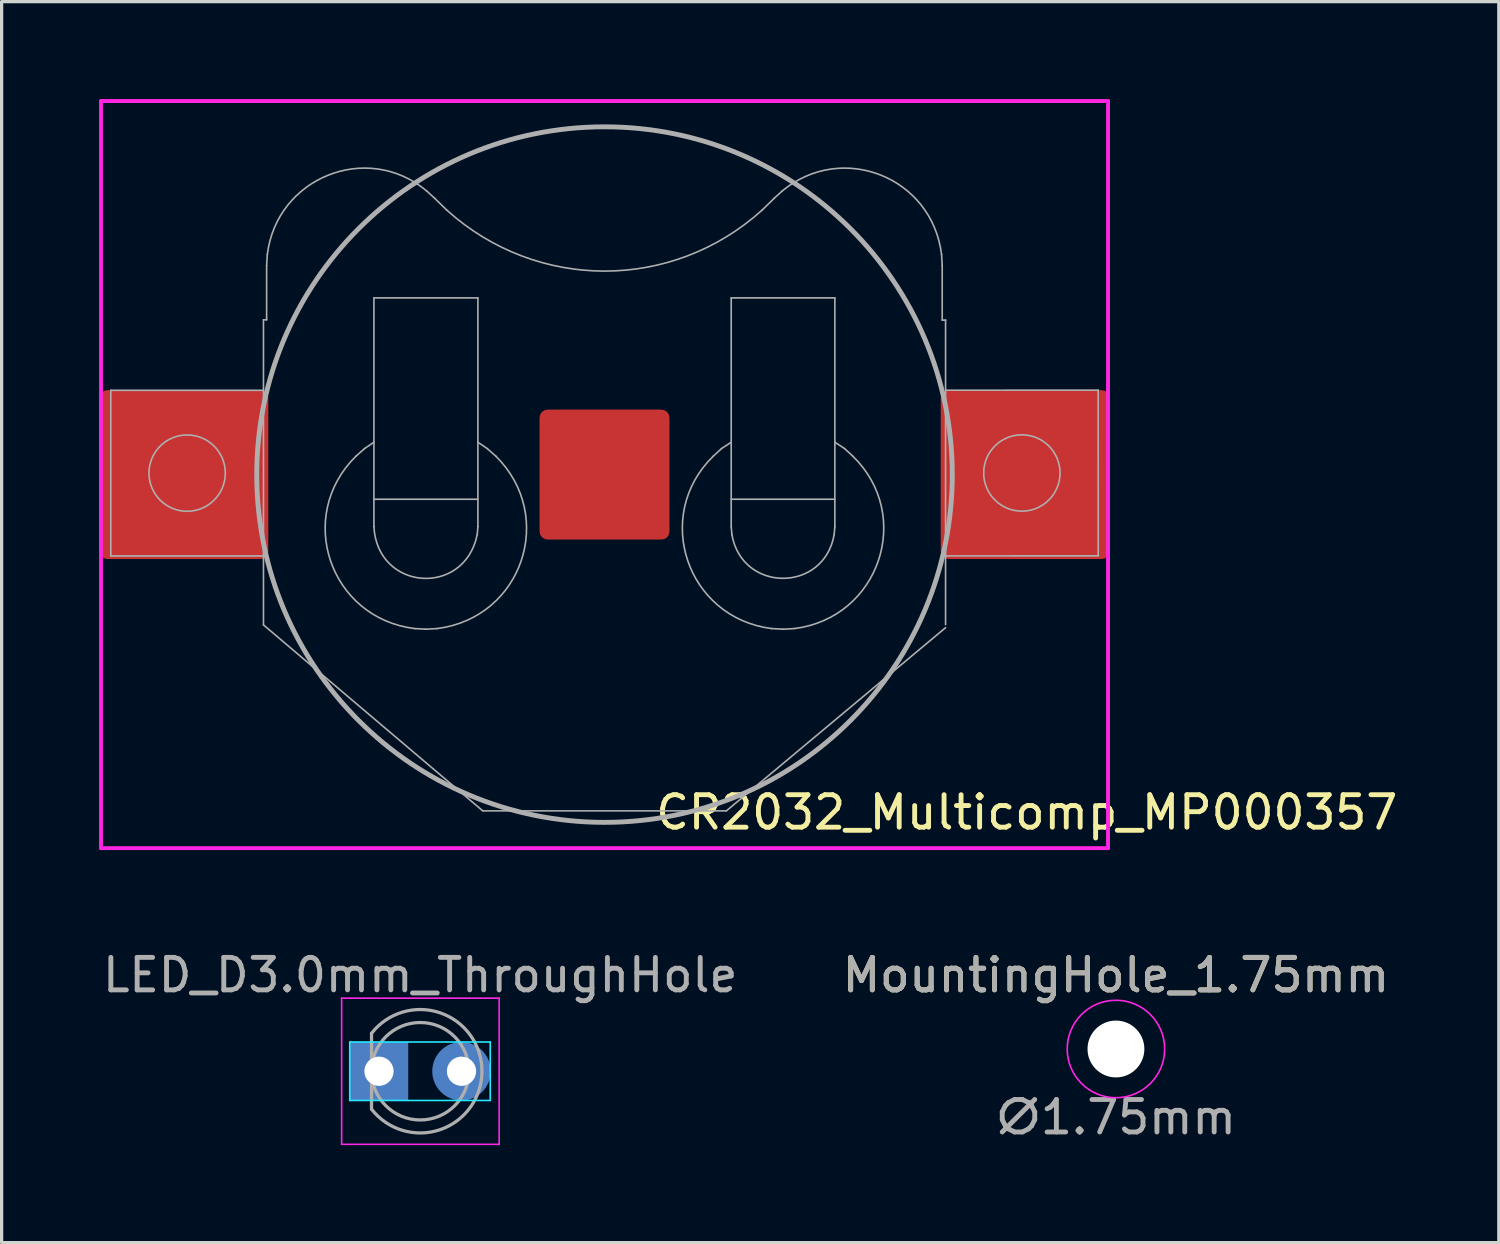
<source format=kicad_pcb>
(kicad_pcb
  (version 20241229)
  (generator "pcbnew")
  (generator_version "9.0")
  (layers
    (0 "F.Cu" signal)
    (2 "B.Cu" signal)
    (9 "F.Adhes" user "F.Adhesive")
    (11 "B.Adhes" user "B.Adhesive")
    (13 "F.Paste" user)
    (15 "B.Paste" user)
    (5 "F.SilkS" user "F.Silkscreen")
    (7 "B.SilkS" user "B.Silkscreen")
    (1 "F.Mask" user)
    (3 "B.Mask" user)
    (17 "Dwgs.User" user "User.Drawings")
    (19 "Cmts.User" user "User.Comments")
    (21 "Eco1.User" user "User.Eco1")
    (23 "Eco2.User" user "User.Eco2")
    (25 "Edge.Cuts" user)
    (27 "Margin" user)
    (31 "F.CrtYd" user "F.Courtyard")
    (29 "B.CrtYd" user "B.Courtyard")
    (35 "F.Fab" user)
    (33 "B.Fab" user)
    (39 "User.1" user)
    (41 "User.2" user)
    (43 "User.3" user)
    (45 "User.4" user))
  (footprint "MountingHole_1.75mm"
    (layer "F.Cu")
    (at 31.304 29.243)
    (property "Reference" "MountingHole_1.75mm" (at 0 -2.275 0) (layer "F.SilkS") (effects (font (size 1 1) (thickness 0.15))))
    (attr exclude_from_pos_files exclude_from_bom)
    (fp_circle (center 0 0) (end 1.5 0) (stroke (width 0.05) (type solid)) (fill no) (layer "F.CrtYd"))
    (fp_text user "${REFERENCE}" (at 0 -2.275 0) (layer "F.Fab") (effects (font (size 1 1) (thickness 0.15))))
    (fp_text user "∅1.75mm" (at 0 2.1 0) (unlocked yes) (layer "F.Fab") (effects (font (size 1 1) (thickness 0.15))))
    (pad "" np_thru_hole circle (at 0 0) (size 1.75 1.75) (drill 1.75) (layers "*.Cu" "*.Mask")))
  (footprint "CR2032_Multicomp_MP000357"
    (layer "F.Cu")
    (at 15.56 11.56)
    (property "Reference" "CR2032_Multicomp_MP000357" (at 13 10.4 0) (layer "F.SilkS") (effects (font (size 1 1) (thickness 0.15))))
    (attr smd)
    (fp_line (start -15.5 -11.5) (end 15.5 -11.5) (stroke (width 0.12) (type solid)) (layer "F.CrtYd"))
    (fp_line (start -15.5 11.5) (end -15.5 -11.5) (stroke (width 0.12) (type solid)) (layer "F.CrtYd"))
    (fp_line (start 15.5 -11.5) (end 15.5 11.5) (stroke (width 0.12) (type solid)) (layer "F.CrtYd"))
    (fp_line (start 15.5 11.5) (end -15.5 11.5) (stroke (width 0.12) (type solid)) (layer "F.CrtYd"))
    (fp_line (start -15.199 -2.595) (end -15.199 2.505) (stroke (width 0.05) (type solid)) (layer "F.Fab"))
    (fp_line (start -15.199 -2.595) (end -10.499 -2.595) (stroke (width 0.05) (type solid)) (layer "F.Fab"))
    (fp_line (start -15.199 2.505) (end -10.499 2.505) (stroke (width 0.05) (type solid)) (layer "F.Fab"))
    (fp_line (start -10.499 -4.765) (end -10.402 -4.765) (stroke (width 0.05) (type solid)) (layer "F.Fab"))
    (fp_line (start -10.499 4.628) (end -10.499 -4.765) (stroke (width 0.05) (type solid)) (layer "F.Fab"))
    (fp_line (start -10.402 -6.434) (end -10.381 -6.773) (stroke (width 0.05) (type solid)) (layer "F.Fab"))
    (fp_line (start -10.402 -4.765) (end -10.402 -6.434) (stroke (width 0.05) (type solid)) (layer "F.Fab"))
    (fp_line (start -7.387 -0.801) (end -7.653 -0.565) (stroke (width 0.05) (type solid)) (layer "F.Fab"))
    (fp_line (start -7.099 -5.439) (end -7.099 1.6) (stroke (width 0.05) (type solid)) (layer "F.Fab"))
    (fp_line (start -7.099 -5.439) (end -3.898 -5.439) (stroke (width 0.05) (type solid)) (layer "F.Fab"))
    (fp_line (start -7.099 0.759) (end -3.898 0.759) (stroke (width 0.05) (type solid)) (layer "F.Fab"))
    (fp_line (start -7.099 -0.996) (end -7.387 -0.801) (stroke (width 0.05) (type solid)) (layer "F.Fab"))
    (fp_line (start -5.847 4.74) (end -5.499 4.76) (stroke (width 0.05) (type solid)) (layer "F.Fab"))
    (fp_line (start -5.499 4.76) (end -5.15 4.74) (stroke (width 0.05) (type solid)) (layer "F.Fab"))
    (fp_line (start -5.476 -8.732) (end -5.23 -8.507) (stroke (width 0.05) (type solid)) (layer "F.Fab"))
    (fp_line (start -5.23 -8.507) (end -4.851 -8.137) (stroke (width 0.05) (type solid)) (layer "F.Fab"))
    (fp_line (start -3.918 1.846) (end -3.898 1.6) (stroke (width 0.05) (type solid)) (layer "F.Fab"))
    (fp_line (start -3.898 1.6) (end -3.898 -5.439) (stroke (width 0.05) (type solid)) (layer "F.Fab"))
    (fp_line (start -3.749 10.352) (end -10.499 4.628) (stroke (width 0.05) (type solid)) (layer "F.Fab"))
    (fp_line (start -3.611 -0.801) (end -3.898 -0.996) (stroke (width 0.05) (type solid)) (layer "F.Fab"))
    (fp_line (start -3.344 -0.565) (end -3.611 -0.801) (stroke (width 0.05) (type solid)) (layer "F.Fab"))
    (fp_line (start 3.602 -0.801) (end 3.346 -0.565) (stroke (width 0.05) (type solid)) (layer "F.Fab"))
    (fp_line (start 3.751 10.352) (end -3.749 10.352) (stroke (width 0.05) (type solid)) (layer "F.Fab"))
    (fp_line (start 3.751 10.352) (end 10.499 4.713) (stroke (width 0.05) (type solid)) (layer "F.Fab"))
    (fp_line (start 3.9 -5.439) (end 7.091 -5.439) (stroke (width 0.05) (type solid)) (layer "F.Fab"))
    (fp_line (start 3.9 1.6) (end 3.9 -5.439) (stroke (width 0.05) (type solid)) (layer "F.Fab"))
    (fp_line (start 3.9 1.6) (end 3.921 1.846) (stroke (width 0.05) (type solid)) (layer "F.Fab"))
    (fp_line (start 3.9 -0.996) (end 3.602 -0.801) (stroke (width 0.05) (type solid)) (layer "F.Fab"))
    (fp_line (start 4.846 -8.137) (end 5.225 -8.507) (stroke (width 0.05) (type solid)) (layer "F.Fab"))
    (fp_line (start 5.142 4.74) (end 5.501 4.76) (stroke (width 0.05) (type solid)) (layer "F.Fab"))
    (fp_line (start 5.471 -8.732) (end 5.225 -8.507) (stroke (width 0.05) (type solid)) (layer "F.Fab"))
    (fp_line (start 5.501 4.76) (end 5.849 4.74) (stroke (width 0.05) (type solid)) (layer "F.Fab"))
    (fp_line (start 7.07 1.846) (end 7.091 1.6) (stroke (width 0.05) (type solid)) (layer "F.Fab"))
    (fp_line (start 7.091 0.759) (end 3.9 0.759) (stroke (width 0.05) (type solid)) (layer "F.Fab"))
    (fp_line (start 7.091 1.6) (end 7.091 -5.439) (stroke (width 0.05) (type solid)) (layer "F.Fab"))
    (fp_line (start 7.389 -0.801) (end 7.091 -0.996) (stroke (width 0.05) (type solid)) (layer "F.Fab"))
    (fp_line (start 7.645 -0.565) (end 7.389 -0.801) (stroke (width 0.05) (type solid)) (layer "F.Fab"))
    (fp_line (start 10.396 -6.434) (end 10.376 -6.773) (stroke (width 0.05) (type solid)) (layer "F.Fab"))
    (fp_line (start 10.396 -4.756) (end 10.396 -6.434) (stroke (width 0.05) (type solid)) (layer "F.Fab"))
    (fp_line (start 10.499 -4.756) (end 10.396 -4.756) (stroke (width 0.05) (type solid)) (layer "F.Fab"))
    (fp_line (start 10.499 4.618) (end 10.499 -4.756) (stroke (width 0.05) (type solid)) (layer "F.Fab"))
    (fp_line (start 15.197 -2.599) (end 10.497 -2.598) (stroke (width 0.05) (type solid)) (layer "F.Fab"))
    (fp_line (start 15.197 -2.599) (end 15.199 2.501) (stroke (width 0.05) (type solid)) (layer "F.Fab"))
    (fp_line (start 15.199 2.501) (end 10.499 2.502) (stroke (width 0.05) (type solid)) (layer "F.Fab"))
    (fp_circle (center -12.849 -0.045) (end -11.674 -0.045) (stroke (width 0.05) (type solid)) (fill no) (layer "F.Fab"))
    (fp_circle (center 0 0) (end 10.706 0) (stroke (width 0.15) (type solid)) (fill no) (layer "F.Fab"))
    (fp_circle (center 12.848 -0.049) (end 14.023 -0.049) (stroke (width 0.05) (type solid)) (fill no) (layer "F.Fab"))
    (fp_curve (pts (xy -10.381 -6.773) (xy -10.094 -9.141) (xy -7.311 -10.268) (xy -5.476 -8.732)) (stroke (width 0.05) (type solid)) (layer "F.Fab"))
    (fp_curve (pts (xy -7.653 -0.565) (xy -9.528 1.283) (xy -8.459 4.416) (xy -5.847 4.74)) (stroke (width 0.05) (type solid)) (layer "F.Fab"))
    (fp_curve (pts (xy -7.099 1.6) (xy -7.003 3.577) (xy -4.316 3.785) (xy -3.918 1.846)) (stroke (width 0.05) (type solid)) (layer "F.Fab"))
    (fp_curve (pts (xy -5.15 4.74) (xy -2.535 4.409) (xy -1.477 1.283) (xy -3.344 -0.565)) (stroke (width 0.05) (type solid)) (layer "F.Fab"))
    (fp_curve (pts (xy -4.851 -8.137) (xy -2.079 -5.643) (xy 2.075 -5.637) (xy 4.846 -8.137)) (stroke (width 0.05) (type solid)) (layer "F.Fab"))
    (fp_curve (pts (xy 3.346 -0.565) (xy 1.468 1.267) (xy 2.535 4.41) (xy 5.142 4.74)) (stroke (width 0.05) (type solid)) (layer "F.Fab"))
    (fp_curve (pts (xy 3.921 1.846) (xy 4.234 3.643) (xy 6.757 3.643) (xy 7.07 1.846)) (stroke (width 0.05) (type solid)) (layer "F.Fab"))
    (fp_curve (pts (xy 5.849 4.74) (xy 8.454 4.41) (xy 9.528 1.269) (xy 7.645 -0.565)) (stroke (width 0.05) (type solid)) (layer "F.Fab"))
    (fp_curve (pts (xy 10.376 -6.773) (xy 10.082 -9.163) (xy 7.313 -10.257) (xy 5.471 -8.732)) (stroke (width 0.05) (type solid)) (layer "F.Fab"))
    (pad "+" smd roundrect (at -12.95 0) (size 5.2 5.2) (layers "F.Cu" "F.Mask" "F.Paste") (roundrect_rratio 0.048))
    (pad "+" smd roundrect (at 12.95 0) (size 5.2 5.2) (layers "F.Cu" "F.Mask" "F.Paste") (roundrect_rratio 0.048))
    (pad "-" smd roundrect (at 0 0) (size 4 4) (layers "F.Cu" "F.Mask") (roundrect_rratio 0.062)))
  (footprint "LED_D3.0mm_ThroughHole"
    (layer "F.Cu")
    (at 8.617 29.928)
    (property "Reference" "LED_D3.0mm_ThroughHole" (at 1.27 -2.96 0) (layer "F.Fab") (effects (font (size 1 1) (thickness 0.15))))
    (attr smd)
    (fp_line (start -0.9 -0.9) (end 3.425 -0.9) (stroke (width 0.05) (type default)) (layer "B.CrtYd"))
    (fp_line (start -0.9 0.9) (end -0.9 -0.9) (stroke (width 0.05) (type default)) (layer "B.CrtYd"))
    (fp_line (start 3.425 -0.9) (end 3.425 0.9) (stroke (width 0.05) (type default)) (layer "B.CrtYd"))
    (fp_line (start 3.425 0.9) (end -0.9 0.9) (stroke (width 0.05) (type default)) (layer "B.CrtYd"))
    (fp_line (start -1.15 -2.25) (end -1.15 2.25) (stroke (width 0.05) (type solid)) (layer "F.CrtYd"))
    (fp_line (start -1.15 2.25) (end 3.7 2.25) (stroke (width 0.05) (type solid)) (layer "F.CrtYd"))
    (fp_line (start 3.7 -2.25) (end -1.15 -2.25) (stroke (width 0.05) (type solid)) (layer "F.CrtYd"))
    (fp_line (start 3.7 2.25) (end 3.7 -2.25) (stroke (width 0.05) (type solid)) (layer "F.CrtYd"))
    (fp_line (start -0.23 -1.166) (end -0.23 1.166) (stroke (width 0.1) (type solid)) (layer "F.Fab"))
    (fp_arc (start -0.23 -1.16619) (mid 3.17 0.000452) (end -0.230555 1.165476) (stroke (width 0.1) (type solid)) (layer "F.Fab"))
    (fp_circle (center 1.27 0) (end 2.77 0) (stroke (width 0.1) (type solid)) (fill no) (layer "F.Fab"))
    (pad "1" thru_hole roundrect (at 0 0 90) (size 1.1 1.1) (drill 0.9) (layers "*.Cu" "*.Mask") (roundrect_rratio 0.25))
    (pad "1" smd rect (at 0 0) (size 1.8 1.8) (layers "B.Cu" "B.Mask" "B.Paste"))
    (pad "2" thru_hole circle (at 2.54 0) (size 1.1 1.1) (drill 0.9) (layers "*.Cu" "*.Mask"))
    (pad "2" smd circle (at 2.54 0) (size 1.8 1.8) (layers "B.Cu" "B.Mask" "B.Paste")))
  (gr_rect
    (start -3 -3)
    (end 43.09 35.203)
    (stroke (width 0.1) (type default))
    (fill no)
    (layer "Edge.Cuts")))
</source>
